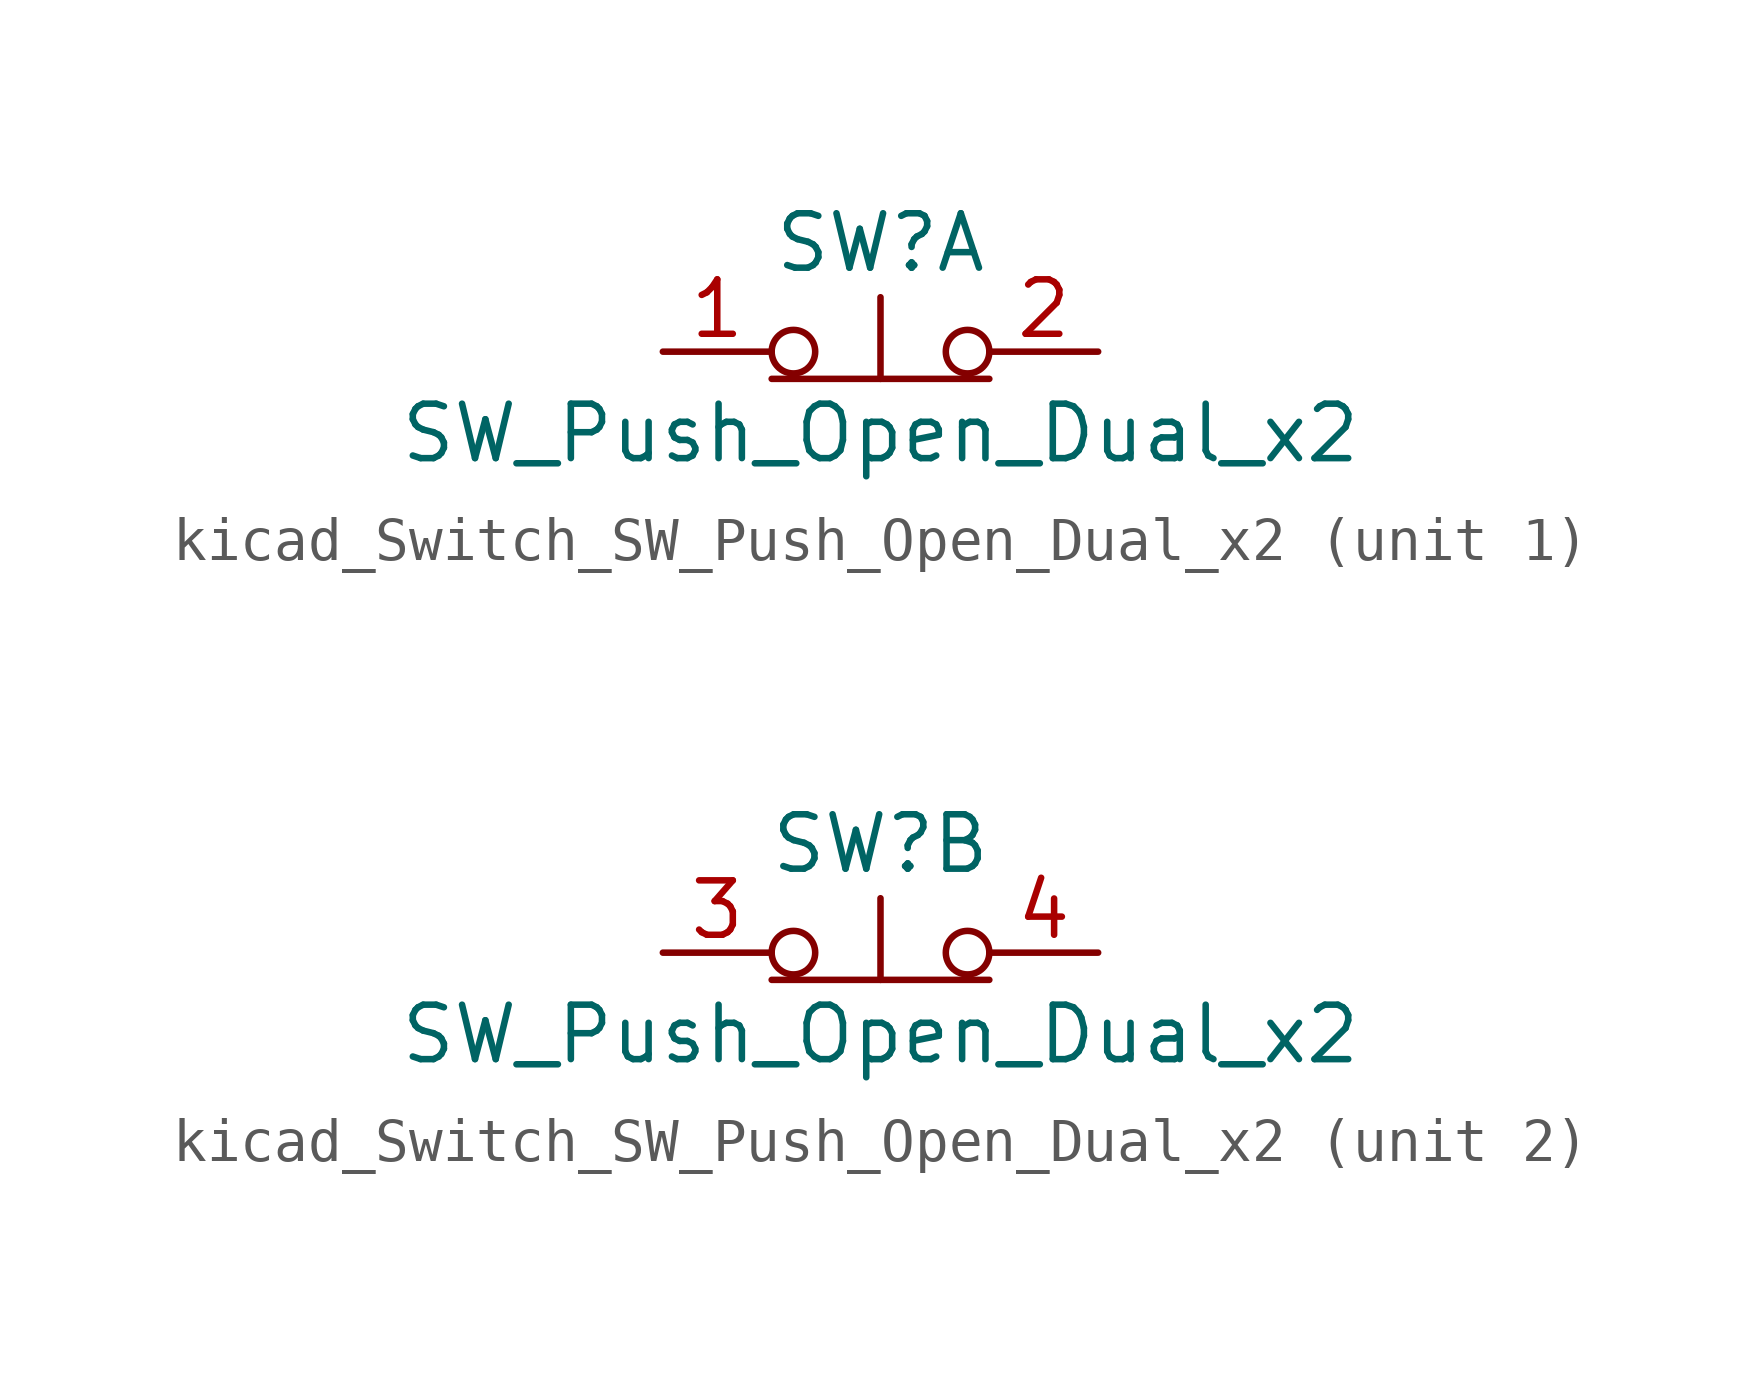
<source format=kicad_sym>
(kicad_symbol_lib
  (version 20220914)
  (generator kicad_symbol_editor)
  (symbol "kicad_Switch_SW_Push_Open_Dual_x2"
    (pin_names
      (offset 1.016) hide)
    (property "Reference" "SW"
      (at 0 2.54 0)
      (effects (font (size 1.27 1.27))))
    (property "Value" "SW_Push_Open_Dual_x2"
      (at 0 -1.905 0)
      (effects (font (size 1.27 1.27))))
    (symbol "kicad_Switch_SW_Push_Open_Dual_x2_0_1"
      (circle (center -2.032 0) (radius 0.508) (stroke (width 0) (type default)) (fill (type none)))
      (polyline (pts (xy -2.54 -0.635) (xy 2.54 -0.635)) (stroke (width 0) (type default)) (fill (type none)))
      (polyline (pts (xy 0 -0.635) (xy 0 1.27)) (stroke (width 0) (type default)) (fill (type none)))
      (circle (center 2.032 0) (radius 0.508) (stroke (width 0) (type default)) (fill (type none))))
    (symbol "kicad_Switch_SW_Push_Open_Dual_x2_1_1"
      (pin passive line (at -5.08 0 0) (length 2.54) (name "1" (effects (font (size 1.27 1.27)))) (number "1" (effects (font (size 1.27 1.27)))))
      (pin passive line (at 5.08 0 180) (length 2.54) (name "2" (effects (font (size 1.27 1.27)))) (number "2" (effects (font (size 1.27 1.27))))))
    (symbol "kicad_Switch_SW_Push_Open_Dual_x2_2_1"
      (pin passive line (at -5.08 0 0) (length 2.54) (name "1" (effects (font (size 1.27 1.27)))) (number "3" (effects (font (size 1.27 1.27)))))
      (pin passive line (at 5.08 0 180) (length 2.54) (name "2" (effects (font (size 1.27 1.27)))) (number "4" (effects (font (size 1.27 1.27))))))))
</source>
